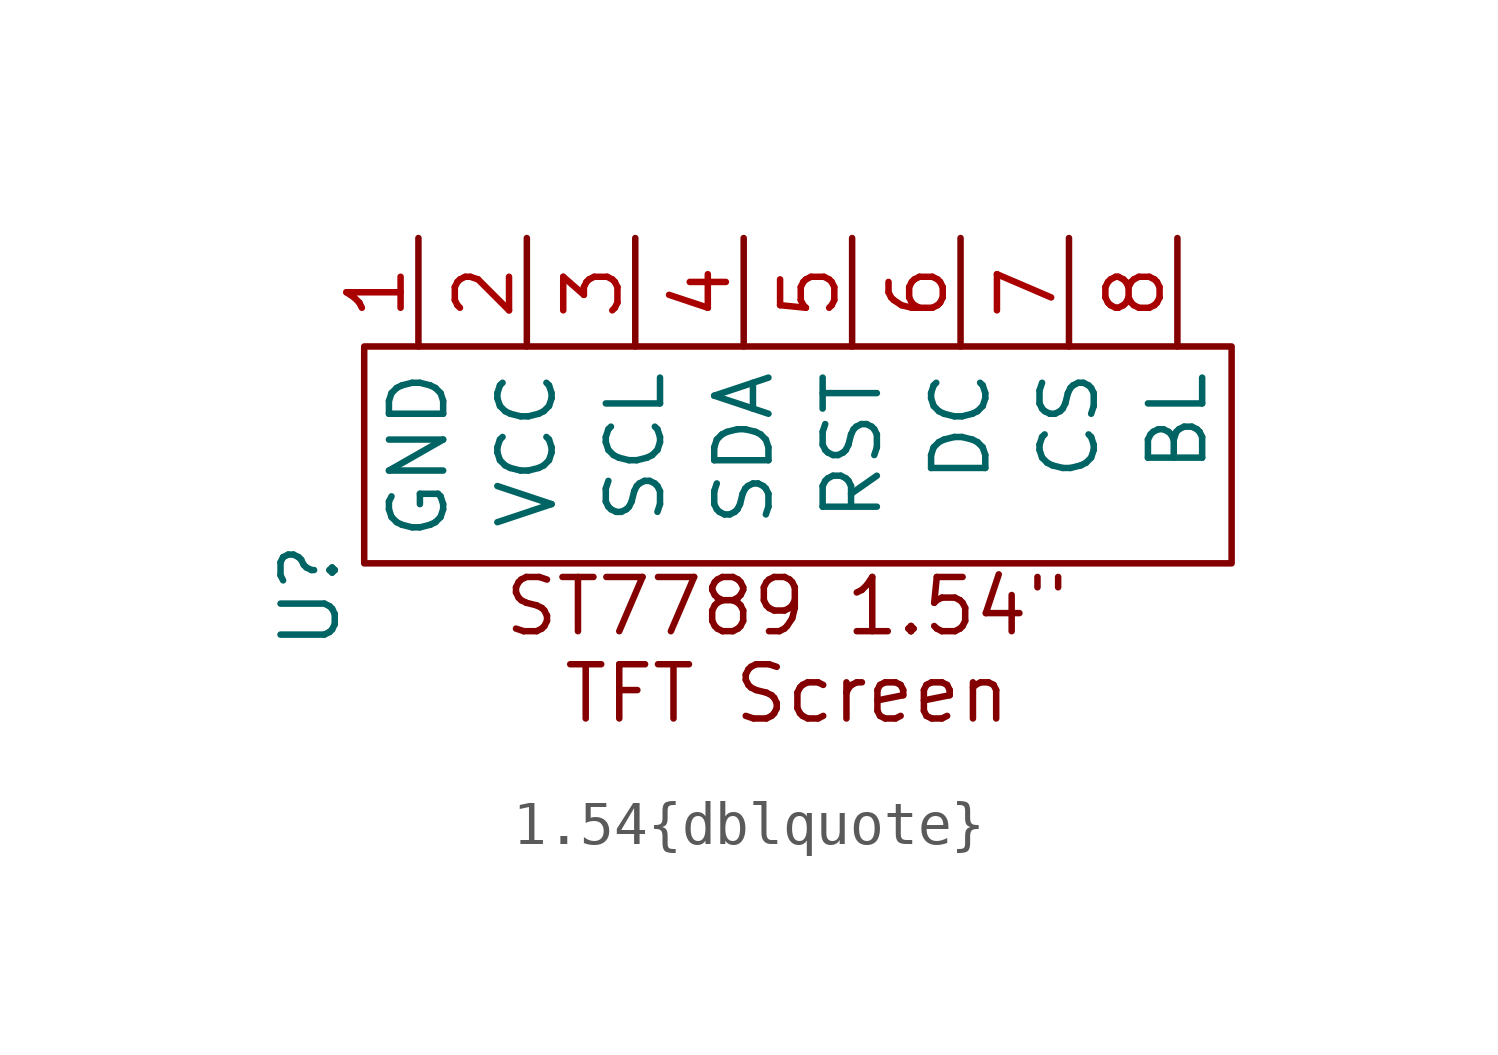
<source format=kicad_sym>
(kicad_symbol_lib
  (version 20241209)
  (generator "kicad_symbol_editor")
  (generator_version "9.0")
  (symbol "1.54{dblquote}"
    (property "Reference" "U"
      (at 0 0.508 90)
      (effects (font (size 1.27 1.27))))
    (property "Value" ""
      (at 0 0 0)
      (effects (font (size 1.27 1.27))))
    (symbol "1.54{dblquote}_0_1"
      (rectangle (start 1.27 6.35) (end 21.59 1.27) (stroke (width 0) (type default)) (fill (type none))))
    (symbol "1.54{dblquote}_1_1"
      (text "ST7789 1.54\"\nTFT Screen" (at 11.176 -0.762 0) (effects (font (size 1.27 1.27))))
      (pin input line (at 2.54 8.89 270) (length 2.54) (name "GND" (effects (font (size 1.27 1.27)))) (number "1" (effects (font (size 1.27 1.27)))))
      (pin input line (at 5.08 8.89 270) (length 2.54) (name "VCC" (effects (font (size 1.27 1.27)))) (number "2" (effects (font (size 1.27 1.27)))))
      (pin input line (at 7.62 8.89 270) (length 2.54) (name "SCL" (effects (font (size 1.27 1.27)))) (number "3" (effects (font (size 1.27 1.27)))))
      (pin input line (at 10.16 8.89 270) (length 2.54) (name "SDA" (effects (font (size 1.27 1.27)))) (number "4" (effects (font (size 1.27 1.27)))))
      (pin input line (at 12.7 8.89 270) (length 2.54) (name "RST" (effects (font (size 1.27 1.27)))) (number "5" (effects (font (size 1.27 1.27)))))
      (pin input line (at 15.24 8.89 270) (length 2.54) (name "DC" (effects (font (size 1.27 1.27)))) (number "6" (effects (font (size 1.27 1.27)))))
      (pin input line (at 17.78 8.89 270) (length 2.54) (name "CS" (effects (font (size 1.27 1.27)))) (number "7" (effects (font (size 1.27 1.27)))))
      (pin input line (at 20.32 8.89 270) (length 2.54) (name "BL" (effects (font (size 1.27 1.27)))) (number "8" (effects (font (size 1.27 1.27))))))))
</source>
